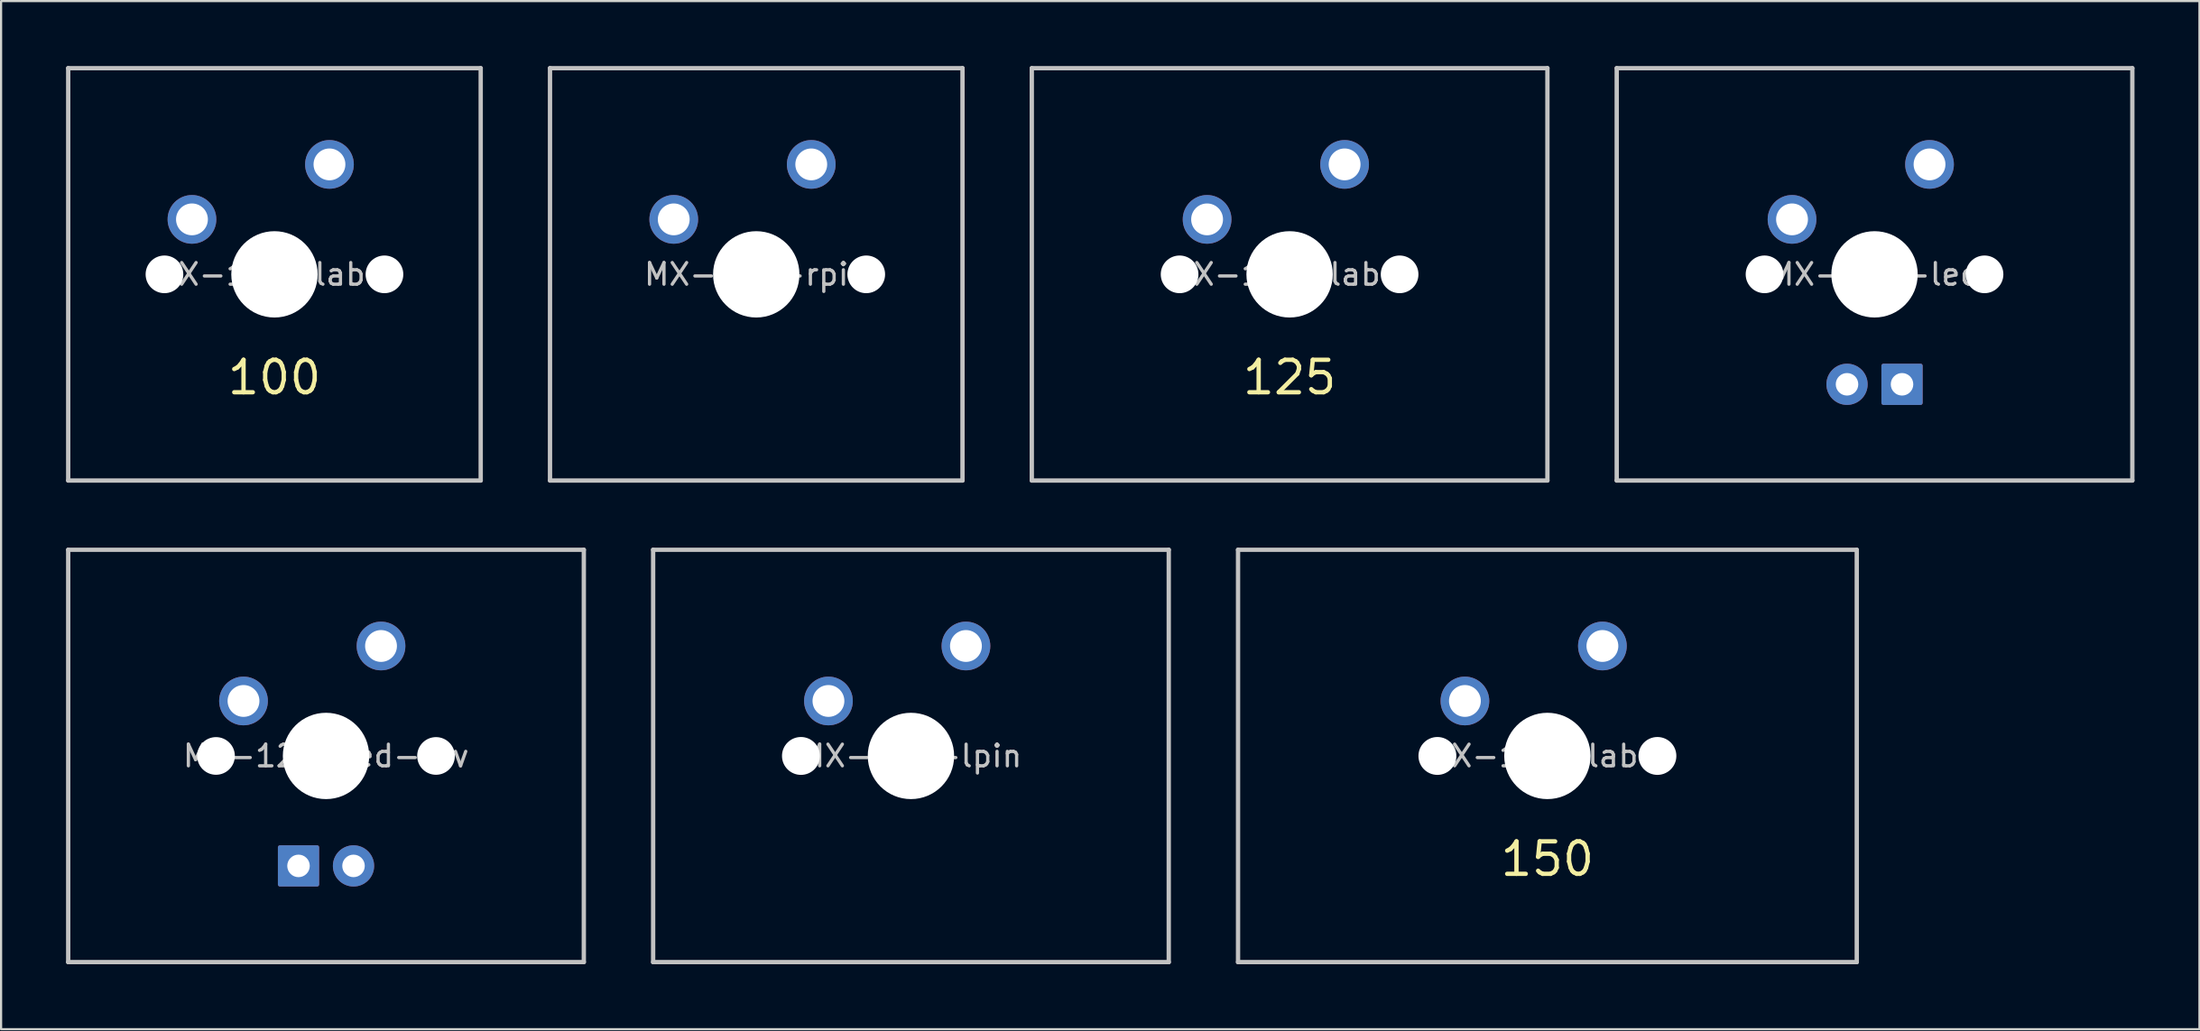
<source format=kicad_pcb>
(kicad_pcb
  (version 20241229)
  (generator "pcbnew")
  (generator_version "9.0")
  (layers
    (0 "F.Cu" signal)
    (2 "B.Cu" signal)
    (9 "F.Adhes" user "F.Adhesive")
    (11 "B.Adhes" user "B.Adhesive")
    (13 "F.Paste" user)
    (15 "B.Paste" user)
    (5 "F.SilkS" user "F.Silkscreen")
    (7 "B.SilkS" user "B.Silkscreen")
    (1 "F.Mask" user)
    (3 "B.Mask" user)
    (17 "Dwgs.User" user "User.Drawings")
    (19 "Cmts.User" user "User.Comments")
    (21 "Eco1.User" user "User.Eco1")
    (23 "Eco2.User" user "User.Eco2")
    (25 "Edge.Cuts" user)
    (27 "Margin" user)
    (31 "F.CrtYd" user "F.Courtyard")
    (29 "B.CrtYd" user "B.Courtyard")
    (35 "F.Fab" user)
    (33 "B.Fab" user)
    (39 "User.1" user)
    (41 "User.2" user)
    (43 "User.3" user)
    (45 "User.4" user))
  (footprint "MX-150-label"
    (layer "F.Cu")
    (at 68.412 31.875)
    (property "Reference" "MX-150-label" (at 0 0 0) (layer "Dwgs.User") (effects (font (size 1 1) (thickness 0.15))))
    (attr through_hole)
    (fp_line (start -14.287 9.525) (end -14.287 -9.525) (stroke (width 0.2) (type solid)) (layer "Dwgs.User"))
    (fp_line (start 14.287 -9.525) (end -14.287 -9.525) (stroke (width 0.2) (type solid)) (layer "Dwgs.User"))
    (fp_line (start 14.287 -9.525) (end 14.287 9.525) (stroke (width 0.2) (type solid)) (layer "Dwgs.User"))
    (fp_line (start 14.287 9.525) (end -14.287 9.525) (stroke (width 0.2) (type solid)) (layer "Dwgs.User"))
    (fp_line (start -7 -7) (end 7 -7) (stroke (width 0.12) (type solid)) (layer "Eco1.User"))
    (fp_line (start -7 7) (end -7 -7) (stroke (width 0.12) (type solid)) (layer "Eco1.User"))
    (fp_line (start -7 7) (end 7 7) (stroke (width 0.12) (type solid)) (layer "Eco1.User"))
    (fp_line (start 7 7) (end 7 -7) (stroke (width 0.12) (type solid)) (layer "Eco1.User"))
    (fp_text user "150" (at 0 4.763 0) (layer "F.SilkS") (effects (font (size 1.5 1.5) (thickness 0.2))))
    (pad "" np_thru_hole circle (at -5.08 0) (size 1.75 1.75) (drill 1.75) (layers "*.Cu" "*.Mask"))
    (pad "" np_thru_hole circle (at 0 0) (size 3.988 3.988) (drill 3.988) (layers "*.Cu" "*.Mask"))
    (pad "" np_thru_hole circle (at 5.08 0) (size 1.75 1.75) (drill 1.75) (layers "*.Cu" "*.Mask"))
    (pad "1" thru_hole circle (at 2.54 -5.08) (size 2.25 2.25) (drill 1.47) (layers "*.Cu" "B.Mask"))
    (pad "2" thru_hole circle (at -3.81 -2.54) (size 2.25 2.25) (drill 1.47) (layers "*.Cu" "B.Mask")))
  (footprint "MX-125-lpin"
    (layer "F.Cu")
    (at 39.019 31.875)
    (property "Reference" "MX-125-lpin" (at 0 0 0) (layer "Dwgs.User") (effects (font (size 1 1) (thickness 0.15))))
    (attr through_hole)
    (fp_line (start -11.906 9.525) (end -11.906 -9.525) (stroke (width 0.2) (type solid)) (layer "Dwgs.User"))
    (fp_line (start 11.906 -9.525) (end -11.906 -9.525) (stroke (width 0.2) (type solid)) (layer "Dwgs.User"))
    (fp_line (start 11.906 -9.525) (end 11.906 9.525) (stroke (width 0.2) (type solid)) (layer "Dwgs.User"))
    (fp_line (start 11.906 9.525) (end -11.906 9.525) (stroke (width 0.2) (type solid)) (layer "Dwgs.User"))
    (fp_line (start -7 -7) (end 7 -7) (stroke (width 0.12) (type solid)) (layer "Eco1.User"))
    (fp_line (start -7 7) (end -7 -7) (stroke (width 0.12) (type solid)) (layer "Eco1.User"))
    (fp_line (start -7 7) (end 7 7) (stroke (width 0.12) (type solid)) (layer "Eco1.User"))
    (fp_line (start 7 7) (end 7 -7) (stroke (width 0.12) (type solid)) (layer "Eco1.User"))
    (pad "" np_thru_hole circle (at -5.08 0) (size 1.75 1.75) (drill 1.75) (layers "*.Cu" "*.Mask"))
    (pad "" np_thru_hole circle (at 0 0) (size 3.988 3.988) (drill 3.988) (layers "*.Cu" "*.Mask"))
    (pad "1" thru_hole circle (at 2.54 -5.08) (size 2.25 2.25) (drill 1.47) (layers "*.Cu" "B.Mask"))
    (pad "2" thru_hole circle (at -3.81 -2.54) (size 2.25 2.25) (drill 1.47) (layers "*.Cu" "B.Mask")))
  (footprint "MX-100-label"
    (layer "F.Cu")
    (at 9.625 9.625)
    (property "Reference" "MX-100-label" (at 0 0 0) (layer "Dwgs.User") (effects (font (size 1 1) (thickness 0.15))))
    (attr through_hole)
    (fp_line (start -9.525 9.525) (end -9.525 -9.525) (stroke (width 0.2) (type solid)) (layer "Dwgs.User"))
    (fp_line (start 9.525 -9.525) (end -9.525 -9.525) (stroke (width 0.2) (type solid)) (layer "Dwgs.User"))
    (fp_line (start 9.525 -9.525) (end 9.525 9.525) (stroke (width 0.2) (type solid)) (layer "Dwgs.User"))
    (fp_line (start 9.525 9.525) (end -9.525 9.525) (stroke (width 0.2) (type solid)) (layer "Dwgs.User"))
    (fp_line (start -7 -7) (end 7 -7) (stroke (width 0.12) (type solid)) (layer "Eco1.User"))
    (fp_line (start -7 7) (end -7 -7) (stroke (width 0.12) (type solid)) (layer "Eco1.User"))
    (fp_line (start -7 7) (end 7 7) (stroke (width 0.12) (type solid)) (layer "Eco1.User"))
    (fp_line (start 7 7) (end 7 -7) (stroke (width 0.12) (type solid)) (layer "Eco1.User"))
    (fp_text user "100" (at 0 4.763 0) (layer "F.SilkS") (effects (font (size 1.5 1.5) (thickness 0.2))))
    (pad "" np_thru_hole circle (at -5.08 0) (size 1.74 1.74) (drill 1.74) (layers "*.Cu" "*.Mask"))
    (pad "" np_thru_hole circle (at 0 0) (size 3.988 3.988) (drill 3.988) (layers "*.Cu" "*.Mask"))
    (pad "" np_thru_hole circle (at 5.08 0) (size 1.74 1.74) (drill 1.74) (layers "*.Cu" "*.Mask"))
    (pad "1" thru_hole circle (at 2.54 -5.08) (size 2.25 2.25) (drill 1.47) (layers "*.Cu" "B.Mask"))
    (pad "2" thru_hole circle (at -3.81 -2.54) (size 2.25 2.25) (drill 1.47) (layers "*.Cu" "B.Mask")))
  (footprint "MX-125-label"
    (layer "F.Cu")
    (at 56.506 9.625)
    (property "Reference" "MX-125-label" (at 0 0 0) (layer "Dwgs.User") (effects (font (size 1 1) (thickness 0.15))))
    (attr through_hole)
    (fp_line (start -11.906 9.525) (end -11.906 -9.525) (stroke (width 0.2) (type solid)) (layer "Dwgs.User"))
    (fp_line (start 11.906 -9.525) (end -11.906 -9.525) (stroke (width 0.2) (type solid)) (layer "Dwgs.User"))
    (fp_line (start 11.906 -9.525) (end 11.906 9.525) (stroke (width 0.2) (type solid)) (layer "Dwgs.User"))
    (fp_line (start 11.906 9.525) (end -11.906 9.525) (stroke (width 0.2) (type solid)) (layer "Dwgs.User"))
    (fp_line (start -7 -7) (end 7 -7) (stroke (width 0.12) (type solid)) (layer "Eco1.User"))
    (fp_line (start -7 7) (end -7 -7) (stroke (width 0.12) (type solid)) (layer "Eco1.User"))
    (fp_line (start -7 7) (end 7 7) (stroke (width 0.12) (type solid)) (layer "Eco1.User"))
    (fp_line (start 7 7) (end 7 -7) (stroke (width 0.12) (type solid)) (layer "Eco1.User"))
    (fp_text user "125" (at 0 4.763 0) (layer "F.SilkS") (effects (font (size 1.5 1.5) (thickness 0.2))))
    (pad "" np_thru_hole circle (at -5.08 0) (size 1.74 1.74) (drill 1.74) (layers "*.Cu" "*.Mask"))
    (pad "" np_thru_hole circle (at 0 0) (size 3.988 3.988) (drill 3.988) (layers "*.Cu" "*.Mask"))
    (pad "" np_thru_hole circle (at 5.08 0) (size 1.74 1.74) (drill 1.74) (layers "*.Cu" "*.Mask"))
    (pad "1" thru_hole circle (at 2.54 -5.08) (size 2.25 2.25) (drill 1.47) (layers "*.Cu" "B.Mask"))
    (pad "2" thru_hole circle (at -3.81 -2.54) (size 2.25 2.25) (drill 1.47) (layers "*.Cu" "B.Mask")))
  (footprint "MX-125-led"
    (layer "F.Cu")
    (at 83.519 9.625)
    (property "Reference" "MX-125-led" (at 0 0 0) (layer "Dwgs.User") (effects (font (size 1 1) (thickness 0.15))))
    (attr through_hole)
    (fp_line (start -11.906 9.525) (end -11.906 -9.525) (stroke (width 0.2) (type solid)) (layer "Dwgs.User"))
    (fp_line (start 11.906 -9.525) (end -11.906 -9.525) (stroke (width 0.2) (type solid)) (layer "Dwgs.User"))
    (fp_line (start 11.906 -9.525) (end 11.906 9.525) (stroke (width 0.2) (type solid)) (layer "Dwgs.User"))
    (fp_line (start 11.906 9.525) (end -11.906 9.525) (stroke (width 0.2) (type solid)) (layer "Dwgs.User"))
    (fp_line (start -7 -7) (end 7 -7) (stroke (width 0.12) (type solid)) (layer "Eco1.User"))
    (fp_line (start -7 7) (end -7 -7) (stroke (width 0.12) (type solid)) (layer "Eco1.User"))
    (fp_line (start -7 7) (end 7 7) (stroke (width 0.12) (type solid)) (layer "Eco1.User"))
    (fp_line (start 7 7) (end 7 -7) (stroke (width 0.12) (type solid)) (layer "Eco1.User"))
    (pad "" np_thru_hole circle (at -5.08 0) (size 1.74 1.74) (drill 1.74) (layers "*.Cu" "*.Mask"))
    (pad "" np_thru_hole circle (at 0 0) (size 3.988 3.988) (drill 3.988) (layers "*.Cu" "*.Mask"))
    (pad "" np_thru_hole circle (at 5.08 0) (size 1.74 1.74) (drill 1.74) (layers "*.Cu" "*.Mask"))
    (pad "1" thru_hole circle (at 2.54 -5.08) (size 2.25 2.25) (drill 1.47) (layers "*.Cu" "B.Mask"))
    (pad "2" thru_hole circle (at -3.81 -2.54) (size 2.25 2.25) (drill 1.47) (layers "*.Cu" "B.Mask"))
    (pad "3" thru_hole circle (at -1.27 5.08) (size 1.905 1.905) (drill 1.04) (layers "*.Cu" "B.Mask"))
    (pad "4" thru_hole roundrect (at 1.27 5.08) (size 1.905 1.905) (drill 1.04) (layers "*.Cu" "B.Mask") (roundrect_rratio 0.05)))
  (footprint "MX-125-led-rev"
    (layer "F.Cu")
    (at 12.006 31.875)
    (property "Reference" "MX-125-led-rev" (at 0 0 0) (layer "Dwgs.User") (effects (font (size 1 1) (thickness 0.15))))
    (attr through_hole)
    (fp_line (start -11.906 9.525) (end -11.906 -9.525) (stroke (width 0.2) (type solid)) (layer "Dwgs.User"))
    (fp_line (start 11.906 -9.525) (end -11.906 -9.525) (stroke (width 0.2) (type solid)) (layer "Dwgs.User"))
    (fp_line (start 11.906 -9.525) (end 11.906 9.525) (stroke (width 0.2) (type solid)) (layer "Dwgs.User"))
    (fp_line (start 11.906 9.525) (end -11.906 9.525) (stroke (width 0.2) (type solid)) (layer "Dwgs.User"))
    (fp_line (start -7 -7) (end 7 -7) (stroke (width 0.12) (type solid)) (layer "Eco1.User"))
    (fp_line (start -7 7) (end -7 -7) (stroke (width 0.12) (type solid)) (layer "Eco1.User"))
    (fp_line (start -7 7) (end 7 7) (stroke (width 0.12) (type solid)) (layer "Eco1.User"))
    (fp_line (start 7 7) (end 7 -7) (stroke (width 0.12) (type solid)) (layer "Eco1.User"))
    (pad "" np_thru_hole circle (at -5.08 0) (size 1.74 1.74) (drill 1.74) (layers "*.Cu" "*.Mask"))
    (pad "" np_thru_hole circle (at 0 0) (size 3.988 3.988) (drill 3.988) (layers "*.Cu" "*.Mask"))
    (pad "" np_thru_hole circle (at 5.08 0) (size 1.74 1.74) (drill 1.74) (layers "*.Cu" "*.Mask"))
    (pad "1" thru_hole circle (at 2.54 -5.08) (size 2.25 2.25) (drill 1.47) (layers "*.Cu" "B.Mask"))
    (pad "2" thru_hole circle (at -3.81 -2.54) (size 2.25 2.25) (drill 1.47) (layers "*.Cu" "B.Mask"))
    (pad "3" thru_hole circle (at 1.27 5.08) (size 1.905 1.905) (drill 1.04) (layers "*.Cu" "B.Mask"))
    (pad "4" thru_hole roundrect (at -1.27 5.08) (size 1.905 1.905) (drill 1.04) (layers "*.Cu" "B.Mask") (roundrect_rratio 0.05)))
  (footprint "MX-100-rpin"
    (layer "F.Cu")
    (at 31.875 9.625)
    (property "Reference" "MX-100-rpin" (at 0 0 0) (layer "Dwgs.User") (effects (font (size 1 1) (thickness 0.15))))
    (attr through_hole)
    (fp_line (start -9.525 -9.525) (end 9.525 -9.525) (stroke (width 0.2) (type solid)) (layer "Dwgs.User"))
    (fp_line (start -9.525 9.525) (end -9.525 -9.525) (stroke (width 0.2) (type solid)) (layer "Dwgs.User"))
    (fp_line (start 9.525 -9.525) (end 9.525 9.525) (stroke (width 0.2) (type solid)) (layer "Dwgs.User"))
    (fp_line (start 9.525 9.525) (end -9.525 9.525) (stroke (width 0.2) (type solid)) (layer "Dwgs.User"))
    (fp_line (start -7 -7) (end 7 -7) (stroke (width 0.12) (type solid)) (layer "Eco1.User"))
    (fp_line (start -7 7) (end -7 -7) (stroke (width 0.12) (type solid)) (layer "Eco1.User"))
    (fp_line (start -7 7) (end 7 7) (stroke (width 0.12) (type solid)) (layer "Eco1.User"))
    (fp_line (start 7 7) (end 7 -7) (stroke (width 0.12) (type solid)) (layer "Eco1.User"))
    (pad "" np_thru_hole circle (at 0 0) (size 3.988 3.988) (drill 3.988) (layers "*.Cu" "*.Mask"))
    (pad "" np_thru_hole circle (at 5.08 0) (size 1.74 1.74) (drill 1.74) (layers "*.Cu" "*.Mask"))
    (pad "1" thru_hole circle (at 2.54 -5.08) (size 2.25 2.25) (drill 1.47) (layers "*.Cu" "B.Mask"))
    (pad "2" thru_hole circle (at -3.81 -2.54) (size 2.25 2.25) (drill 1.47) (layers "*.Cu" "B.Mask")))
  (gr_rect
    (start -3 -3)
    (end 98.525 44.5)
    (stroke (width 0.1) (type default))
    (fill no)
    (layer "Edge.Cuts")))
</source>
